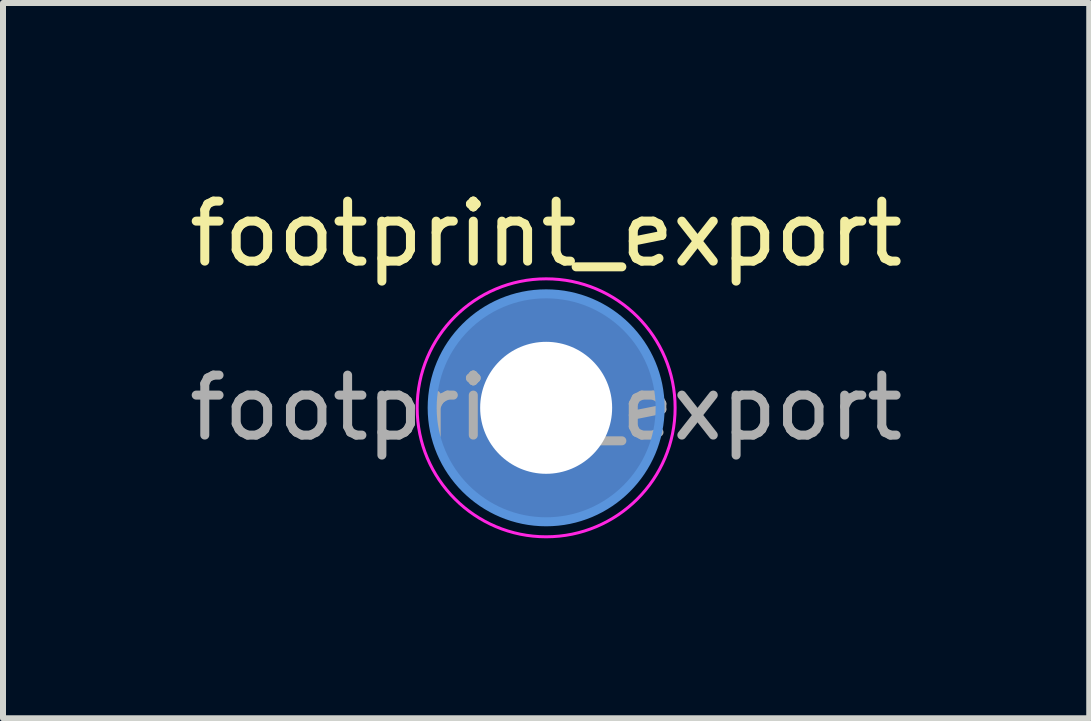
<source format=kicad_pcb>
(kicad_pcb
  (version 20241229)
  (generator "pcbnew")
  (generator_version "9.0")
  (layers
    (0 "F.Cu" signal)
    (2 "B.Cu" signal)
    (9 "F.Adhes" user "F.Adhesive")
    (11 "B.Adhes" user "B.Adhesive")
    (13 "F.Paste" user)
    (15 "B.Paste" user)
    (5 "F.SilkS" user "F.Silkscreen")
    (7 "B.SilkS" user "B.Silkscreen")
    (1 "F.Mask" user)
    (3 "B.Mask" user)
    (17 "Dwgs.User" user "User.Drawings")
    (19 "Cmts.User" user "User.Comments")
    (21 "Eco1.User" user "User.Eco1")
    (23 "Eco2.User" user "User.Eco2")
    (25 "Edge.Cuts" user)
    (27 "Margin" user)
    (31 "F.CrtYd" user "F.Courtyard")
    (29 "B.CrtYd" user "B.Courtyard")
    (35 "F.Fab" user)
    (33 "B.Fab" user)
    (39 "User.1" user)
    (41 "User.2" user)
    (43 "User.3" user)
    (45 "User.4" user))
  (footprint "footprint_export"
    (layer "F.Cu")
    (at 6.054 3.748)
    (property "Reference" "footprint_export" (at 0 -2.9 0) (layer "F.SilkS") (effects (font (size 1 1) (thickness 0.15))))
    (attr exclude_from_pos_files exclude_from_bom)
    (fp_circle (center 0 0) (end 1.9 0) (stroke (width 0.15) (type solid)) (fill no) (layer "Cmts.User"))
    (fp_circle (center 0 0) (end 2.15 0) (stroke (width 0.05) (type solid)) (fill no) (layer "F.CrtYd"))
    (fp_text user "${REFERENCE}" (at 0 0 0) (layer "F.Fab") (effects (font (size 1 1) (thickness 0.15))))
    (pad "1" thru_hole circle (at 0 0) (size 3.8 3.8) (drill 2.2) (layers "*.Cu" "*.Mask")))
  (gr_rect
    (start -3 -3)
    (end 15.107 8.923)
    (stroke (width 0.1) (type default))
    (fill no)
    (layer "Edge.Cuts")))
</source>
